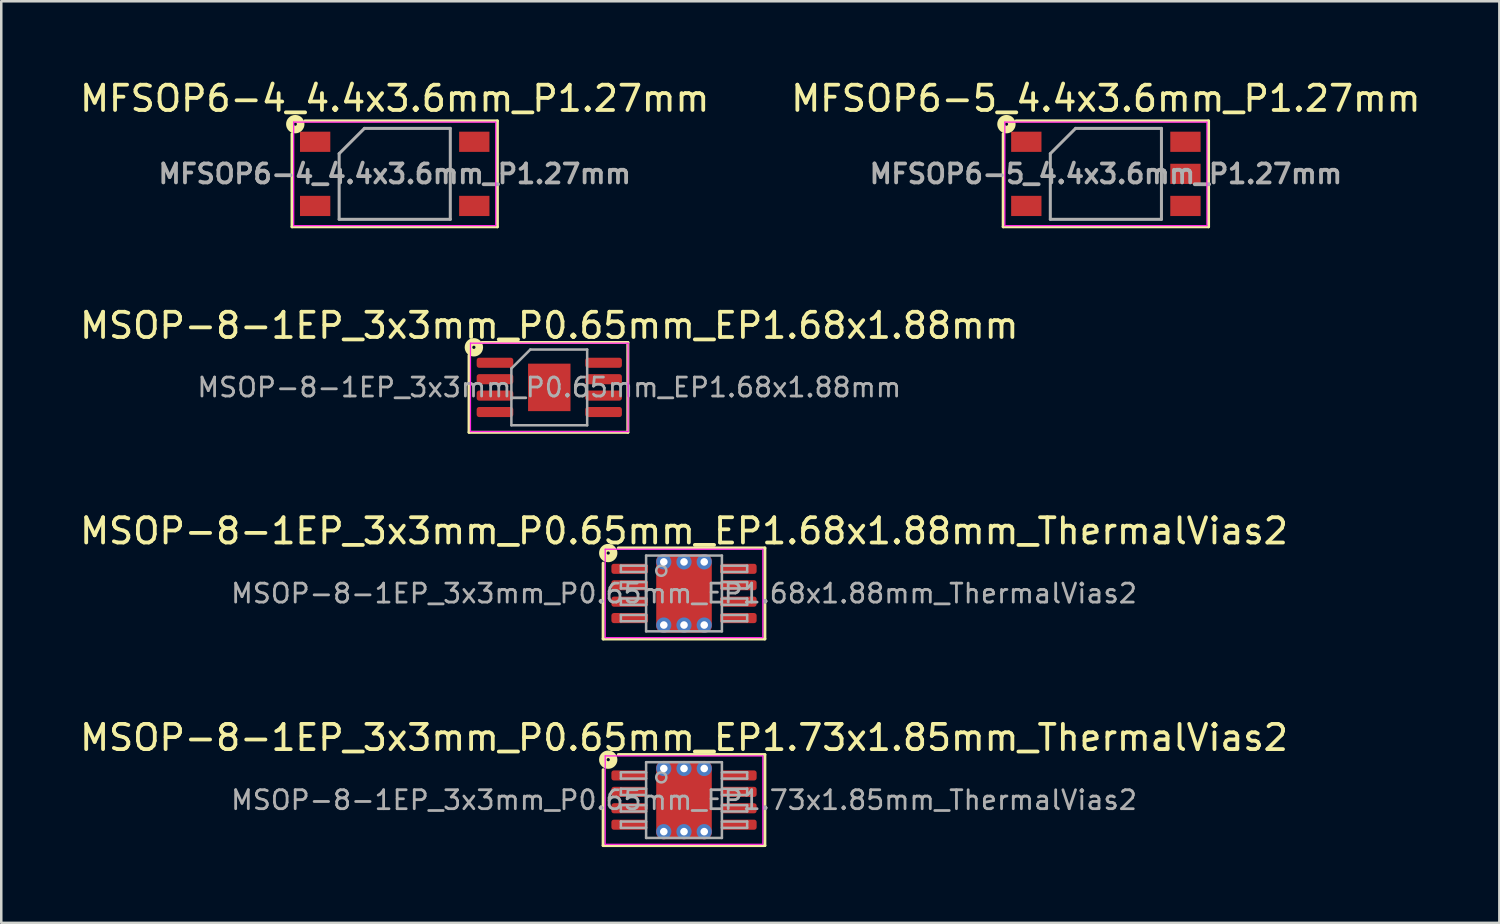
<source format=kicad_pcb>
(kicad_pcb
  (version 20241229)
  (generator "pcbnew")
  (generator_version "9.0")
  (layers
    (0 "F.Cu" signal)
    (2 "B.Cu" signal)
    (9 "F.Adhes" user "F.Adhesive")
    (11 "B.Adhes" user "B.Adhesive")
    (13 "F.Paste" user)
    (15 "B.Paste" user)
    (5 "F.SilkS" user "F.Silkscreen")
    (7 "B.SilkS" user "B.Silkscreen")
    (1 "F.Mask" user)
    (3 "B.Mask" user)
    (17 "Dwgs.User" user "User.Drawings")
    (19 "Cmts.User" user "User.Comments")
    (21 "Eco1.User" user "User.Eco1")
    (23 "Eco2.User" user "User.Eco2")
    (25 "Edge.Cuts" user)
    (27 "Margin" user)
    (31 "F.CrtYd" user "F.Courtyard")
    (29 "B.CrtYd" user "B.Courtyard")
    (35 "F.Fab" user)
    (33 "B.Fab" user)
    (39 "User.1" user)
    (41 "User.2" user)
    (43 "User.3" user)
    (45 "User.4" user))
  (footprint "MSOP-8-1EP_3x3mm_P0.65mm_EP1.68x1.88mm_ThermalVias2"
    (layer "F.Cu")
    (at 24.03 20.445)
    (property "Reference" "MSOP-8-1EP_3x3mm_P0.65mm_EP1.68x1.88mm_ThermalVias2" (at 0 -2.472 0) (layer "F.SilkS") (effects (font (size 1 1) (thickness 0.15))))
    (attr smd)
    (fp_line (start -3.2 1.8) (end -3.2 -1.2) (stroke (width 0.12) (type solid)) (layer "F.SilkS"))
    (fp_line (start -2.6 -1.8) (end 3.2 -1.8) (stroke (width 0.12) (type solid)) (layer "F.SilkS"))
    (fp_line (start 3.2 -1.8) (end 3.2 1.8) (stroke (width 0.12) (type solid)) (layer "F.SilkS"))
    (fp_line (start 3.2 1.8) (end -3.2 1.8) (stroke (width 0.12) (type solid)) (layer "F.SilkS"))
    (fp_circle (center -3 -1.6) (end -2.937 -1.6) (stroke (width 0.3) (type solid)) (fill no) (layer "F.SilkS"))
    (fp_line (start -3.12 -1.75) (end -3.12 1.75) (stroke (width 0.05) (type solid)) (layer "F.CrtYd"))
    (fp_line (start -3.12 1.75) (end 3.12 1.75) (stroke (width 0.05) (type solid)) (layer "F.CrtYd"))
    (fp_line (start 3.12 -1.75) (end -3.12 -1.75) (stroke (width 0.05) (type solid)) (layer "F.CrtYd"))
    (fp_line (start 3.12 1.75) (end 3.12 -1.75) (stroke (width 0.05) (type solid)) (layer "F.CrtYd"))
    (fp_line (start -2.5 -1.1) (end -2.5 -0.85) (stroke (width 0.1) (type solid)) (layer "F.Fab"))
    (fp_line (start -2.5 -1.1) (end -1.5 -1.1) (stroke (width 0.1) (type solid)) (layer "F.Fab"))
    (fp_line (start -2.5 -0.85) (end -1.5 -0.85) (stroke (width 0.1) (type solid)) (layer "F.Fab"))
    (fp_line (start -2.5 -0.45) (end -2.5 -0.2) (stroke (width 0.1) (type solid)) (layer "F.Fab"))
    (fp_line (start -2.5 -0.45) (end -1.5 -0.45) (stroke (width 0.1) (type solid)) (layer "F.Fab"))
    (fp_line (start -2.5 -0.2) (end -1.5 -0.2) (stroke (width 0.1) (type solid)) (layer "F.Fab"))
    (fp_line (start -2.5 0.2) (end -2.5 0.45) (stroke (width 0.1) (type solid)) (layer "F.Fab"))
    (fp_line (start -2.5 0.2) (end -1.5 0.2) (stroke (width 0.1) (type solid)) (layer "F.Fab"))
    (fp_line (start -2.5 0.45) (end -1.5 0.45) (stroke (width 0.1) (type solid)) (layer "F.Fab"))
    (fp_line (start -2.5 0.85) (end -2.5 1.1) (stroke (width 0.1) (type solid)) (layer "F.Fab"))
    (fp_line (start -2.5 0.85) (end -1.5 0.85) (stroke (width 0.1) (type solid)) (layer "F.Fab"))
    (fp_line (start -2.5 1.1) (end -1.5 1.1) (stroke (width 0.1) (type solid)) (layer "F.Fab"))
    (fp_line (start -1.5 -1.5) (end 1.5 -1.5) (stroke (width 0.1) (type solid)) (layer "F.Fab"))
    (fp_line (start -1.5 1.5) (end -1.5 -1.5) (stroke (width 0.1) (type solid)) (layer "F.Fab"))
    (fp_line (start 1.5 -1.5) (end 1.5 1.5) (stroke (width 0.1) (type solid)) (layer "F.Fab"))
    (fp_line (start 1.5 1.5) (end -1.5 1.5) (stroke (width 0.1) (type solid)) (layer "F.Fab"))
    (fp_line (start 2.5 -1.1) (end 1.5 -1.1) (stroke (width 0.1) (type solid)) (layer "F.Fab"))
    (fp_line (start 2.5 -0.85) (end 1.5 -0.85) (stroke (width 0.1) (type solid)) (layer "F.Fab"))
    (fp_line (start 2.5 -0.85) (end 2.5 -1.1) (stroke (width 0.1) (type solid)) (layer "F.Fab"))
    (fp_line (start 2.5 -0.45) (end 1.5 -0.45) (stroke (width 0.1) (type solid)) (layer "F.Fab"))
    (fp_line (start 2.5 -0.2) (end 1.5 -0.2) (stroke (width 0.1) (type solid)) (layer "F.Fab"))
    (fp_line (start 2.5 -0.2) (end 2.5 -0.45) (stroke (width 0.1) (type solid)) (layer "F.Fab"))
    (fp_line (start 2.5 0.2) (end 1.5 0.2) (stroke (width 0.1) (type solid)) (layer "F.Fab"))
    (fp_line (start 2.5 0.45) (end 1.5 0.45) (stroke (width 0.1) (type solid)) (layer "F.Fab"))
    (fp_line (start 2.5 0.45) (end 2.5 0.2) (stroke (width 0.1) (type solid)) (layer "F.Fab"))
    (fp_line (start 2.5 0.85) (end 1.5 0.85) (stroke (width 0.1) (type solid)) (layer "F.Fab"))
    (fp_line (start 2.5 1.1) (end 1.5 1.1) (stroke (width 0.1) (type solid)) (layer "F.Fab"))
    (fp_line (start 2.5 1.1) (end 2.5 0.85) (stroke (width 0.1) (type solid)) (layer "F.Fab"))
    (fp_circle (center -0.9 -0.9) (end -0.7 -0.9) (stroke (width 0.1) (type solid)) (fill no) (layer "F.Fab"))
    (fp_text user "${REFERENCE}" (at 0 0 0) (layer "F.Fab") (effects (font (size 0.75 0.75) (thickness 0.11))))
    (pad "" smd roundrect (at -0.42 -0.47) (size 0.68 0.76) (layers "F.Paste") (roundrect_rratio 0.25))
    (pad "" smd roundrect (at -0.42 0.47) (size 0.68 0.76) (layers "F.Paste") (roundrect_rratio 0.25))
    (pad "" smd roundrect (at 0 0) (size 1.68 1.88) (layers "F.Mask") (roundrect_rratio 0.149))
    (pad "" smd roundrect (at 0.42 -0.47) (size 0.68 0.76) (layers "F.Paste") (roundrect_rratio 0.25))
    (pad "" smd roundrect (at 0.42 0.47) (size 0.68 0.76) (layers "F.Paste") (roundrect_rratio 0.25))
    (pad "1" smd roundrect (at -2.15 -0.975) (size 1.45 0.4) (layers "F.Cu" "F.Mask" "F.Paste") (roundrect_rratio 0.25))
    (pad "2" smd roundrect (at -2.15 -0.325) (size 1.45 0.4) (layers "F.Cu" "F.Mask" "F.Paste") (roundrect_rratio 0.25))
    (pad "3" smd roundrect (at -2.15 0.325) (size 1.45 0.4) (layers "F.Cu" "F.Mask" "F.Paste") (roundrect_rratio 0.25))
    (pad "4" smd roundrect (at -2.15 0.975) (size 1.45 0.4) (layers "F.Cu" "F.Mask" "F.Paste") (roundrect_rratio 0.25))
    (pad "5" smd roundrect (at 2.15 0.975) (size 1.45 0.4) (layers "F.Cu" "F.Mask" "F.Paste") (roundrect_rratio 0.25))
    (pad "6" smd roundrect (at 2.15 0.325) (size 1.45 0.4) (layers "F.Cu" "F.Mask" "F.Paste") (roundrect_rratio 0.25))
    (pad "7" smd roundrect (at 2.15 -0.325) (size 1.45 0.4) (layers "F.Cu" "F.Mask" "F.Paste") (roundrect_rratio 0.25))
    (pad "8" smd roundrect (at 2.15 -0.975) (size 1.45 0.4) (layers "F.Cu" "F.Mask" "F.Paste") (roundrect_rratio 0.25))
    (pad "9" thru_hole circle (at -0.8 -1.25) (size 0.6 0.6) (drill 0.3) (property pad_prop_heatsink) (layers "*.Cu" "*.Mask"))
    (pad "9" thru_hole circle (at -0.8 1.25) (size 0.6 0.6) (drill 0.3) (property pad_prop_heatsink) (layers "*.Cu" "*.Mask"))
    (pad "9" thru_hole circle (at 0 -1.25) (size 0.6 0.6) (drill 0.3) (property pad_prop_heatsink) (layers "*.Cu" "*.Mask"))
    (pad "9" smd roundrect (at 0 0) (size 2.2 3.1) (layers "F.Cu") (roundrect_rratio 0.114))
    (pad "9" thru_hole circle (at 0 1.25) (size 0.6 0.6) (drill 0.3) (property pad_prop_heatsink) (layers "*.Cu" "*.Mask"))
    (pad "9" thru_hole circle (at 0.8 -1.25) (size 0.6 0.6) (drill 0.3) (property pad_prop_heatsink) (layers "*.Cu" "*.Mask"))
    (pad "9" thru_hole circle (at 0.8 1.25) (size 0.6 0.6) (drill 0.3) (property pad_prop_heatsink) (layers "*.Cu" "*.Mask")))
  (footprint "MSOP-8-1EP_3x3mm_P0.65mm_EP1.68x1.88mm"
    (layer "F.Cu")
    (at 18.696 12.287)
    (property "Reference" "MSOP-8-1EP_3x3mm_P0.65mm_EP1.68x1.88mm" (at 0 -2.45 0) (layer "F.SilkS") (effects (font (size 1 1) (thickness 0.15))))
    (attr smd)
    (fp_line (start -3.175 1.778) (end -3.175 -1.27) (stroke (width 0.12) (type solid)) (layer "F.SilkS"))
    (fp_line (start -2.667 -1.778) (end 3.111 -1.778) (stroke (width 0.12) (type solid)) (layer "F.SilkS"))
    (fp_line (start 3.111 -1.778) (end 3.111 1.778) (stroke (width 0.12) (type solid)) (layer "F.SilkS"))
    (fp_line (start 3.111 1.778) (end -3.175 1.778) (stroke (width 0.12) (type solid)) (layer "F.SilkS"))
    (fp_circle (center -2.985 -1.587) (end -2.921 -1.587) (stroke (width 0.3) (type solid)) (fill no) (layer "F.SilkS"))
    (fp_line (start -3.12 -1.75) (end -3.12 1.75) (stroke (width 0.05) (type solid)) (layer "F.CrtYd"))
    (fp_line (start -3.12 1.75) (end 3.12 1.75) (stroke (width 0.05) (type solid)) (layer "F.CrtYd"))
    (fp_line (start 3.12 -1.75) (end -3.12 -1.75) (stroke (width 0.05) (type solid)) (layer "F.CrtYd"))
    (fp_line (start 3.12 1.75) (end 3.12 -1.75) (stroke (width 0.05) (type solid)) (layer "F.CrtYd"))
    (fp_line (start -1.5 -0.75) (end -0.75 -1.5) (stroke (width 0.1) (type solid)) (layer "F.Fab"))
    (fp_line (start -1.5 1.5) (end -1.5 -0.75) (stroke (width 0.1) (type solid)) (layer "F.Fab"))
    (fp_line (start -0.75 -1.5) (end 1.5 -1.5) (stroke (width 0.1) (type solid)) (layer "F.Fab"))
    (fp_line (start 1.5 -1.5) (end 1.5 1.5) (stroke (width 0.1) (type solid)) (layer "F.Fab"))
    (fp_line (start 1.5 1.5) (end -1.5 1.5) (stroke (width 0.1) (type solid)) (layer "F.Fab"))
    (fp_text user "${REFERENCE}" (at 0 0 0) (layer "F.Fab") (effects (font (size 0.75 0.75) (thickness 0.11))))
    (pad "" smd roundrect (at -0.42 -0.47) (size 0.68 0.76) (layers "F.Paste") (roundrect_rratio 0.25))
    (pad "" smd roundrect (at -0.42 0.47) (size 0.68 0.76) (layers "F.Paste") (roundrect_rratio 0.25))
    (pad "" smd roundrect (at 0.42 -0.47) (size 0.68 0.76) (layers "F.Paste") (roundrect_rratio 0.25))
    (pad "" smd roundrect (at 0.42 0.47) (size 0.68 0.76) (layers "F.Paste") (roundrect_rratio 0.25))
    (pad "1" smd roundrect (at -2.15 -0.975) (size 1.45 0.4) (layers "F.Cu" "F.Mask" "F.Paste") (roundrect_rratio 0.25))
    (pad "2" smd roundrect (at -2.15 -0.325) (size 1.45 0.4) (layers "F.Cu" "F.Mask" "F.Paste") (roundrect_rratio 0.25))
    (pad "3" smd roundrect (at -2.15 0.325) (size 1.45 0.4) (layers "F.Cu" "F.Mask" "F.Paste") (roundrect_rratio 0.25))
    (pad "4" smd roundrect (at -2.15 0.975) (size 1.45 0.4) (layers "F.Cu" "F.Mask" "F.Paste") (roundrect_rratio 0.25))
    (pad "5" smd roundrect (at 2.15 0.975) (size 1.45 0.4) (layers "F.Cu" "F.Mask" "F.Paste") (roundrect_rratio 0.25))
    (pad "6" smd roundrect (at 2.15 0.325) (size 1.45 0.4) (layers "F.Cu" "F.Mask" "F.Paste") (roundrect_rratio 0.25))
    (pad "7" smd roundrect (at 2.15 -0.325) (size 1.45 0.4) (layers "F.Cu" "F.Mask" "F.Paste") (roundrect_rratio 0.25))
    (pad "8" smd roundrect (at 2.15 -0.975) (size 1.45 0.4) (layers "F.Cu" "F.Mask" "F.Paste") (roundrect_rratio 0.25))
    (pad "9" smd rect (at 0 0) (size 1.68 1.88) (layers "F.Cu" "F.Mask")))
  (footprint "MFSOP6-4_4.4x3.6mm_P1.27mm"
    (layer "F.Cu")
    (at 12.577 3.833)
    (property "Reference" "MFSOP6-4_4.4x3.6mm_P1.27mm" (at 0 -2.985 0) (layer "F.SilkS") (effects (font (size 1 1) (thickness 0.15))))
    (attr smd)
    (fp_line (start -4.064 2.095) (end -4.064 -1.587) (stroke (width 0.12) (type solid)) (layer "F.SilkS"))
    (fp_line (start -3.556 -2.095) (end 4.064 -2.095) (stroke (width 0.12) (type solid)) (layer "F.SilkS"))
    (fp_line (start 4.064 -2.095) (end 4.064 2.095) (stroke (width 0.12) (type solid)) (layer "F.SilkS"))
    (fp_line (start 4.064 2.095) (end -4.064 2.095) (stroke (width 0.12) (type solid)) (layer "F.SilkS"))
    (fp_circle (center -3.937 -1.968) (end -3.873 -1.968) (stroke (width 0.3) (type solid)) (fill no) (layer "F.SilkS"))
    (fp_line (start -4 -2.05) (end -4 2.05) (stroke (width 0.05) (type solid)) (layer "F.CrtYd"))
    (fp_line (start -4 -2.05) (end 4 -2.05) (stroke (width 0.05) (type solid)) (layer "F.CrtYd"))
    (fp_line (start 4 2.05) (end -4 2.05) (stroke (width 0.05) (type solid)) (layer "F.CrtYd"))
    (fp_line (start 4 2.05) (end 4 -2.05) (stroke (width 0.05) (type solid)) (layer "F.CrtYd"))
    (fp_line (start -2.2 -0.8) (end -2.2 1.8) (stroke (width 0.12) (type solid)) (layer "F.Fab"))
    (fp_line (start -2.2 1.8) (end 2.2 1.8) (stroke (width 0.12) (type solid)) (layer "F.Fab"))
    (fp_line (start -1.2 -1.8) (end -2.2 -0.8) (stroke (width 0.12) (type solid)) (layer "F.Fab"))
    (fp_line (start 2.2 -1.8) (end -1.2 -1.8) (stroke (width 0.12) (type solid)) (layer "F.Fab"))
    (fp_line (start 2.2 1.8) (end 2.2 -1.8) (stroke (width 0.12) (type solid)) (layer "F.Fab"))
    (fp_text user "${REFERENCE}" (at 0 0 0) (layer "F.Fab") (effects (font (size 0.75 0.75) (thickness 0.15))))
    (pad "1" smd rect (at -3.15 -1.27) (size 1.2 0.8) (layers "F.Cu" "F.Mask" "F.Paste"))
    (pad "3" smd rect (at -3.15 1.27) (size 1.2 0.8) (layers "F.Cu" "F.Mask" "F.Paste"))
    (pad "4" smd rect (at 3.15 1.27) (size 1.2 0.8) (layers "F.Cu" "F.Mask" "F.Paste"))
    (pad "6" smd rect (at 3.15 -1.27) (size 1.2 0.8) (layers "F.Cu" "F.Mask" "F.Paste")))
  (footprint "MFSOP6-5_4.4x3.6mm_P1.27mm"
    (layer "F.Cu")
    (at 40.732 3.833)
    (property "Reference" "MFSOP6-5_4.4x3.6mm_P1.27mm" (at 0 -2.985 0) (layer "F.SilkS") (effects (font (size 1 1) (thickness 0.15))))
    (attr smd)
    (fp_line (start -4.064 2.095) (end -4.064 -1.587) (stroke (width 0.12) (type solid)) (layer "F.SilkS"))
    (fp_line (start -3.556 -2.095) (end 4.064 -2.095) (stroke (width 0.12) (type solid)) (layer "F.SilkS"))
    (fp_line (start 4.064 -2.095) (end 4.064 2.095) (stroke (width 0.12) (type solid)) (layer "F.SilkS"))
    (fp_line (start 4.064 2.095) (end -4.064 2.095) (stroke (width 0.12) (type solid)) (layer "F.SilkS"))
    (fp_circle (center -3.937 -1.968) (end -3.873 -1.968) (stroke (width 0.3) (type solid)) (fill no) (layer "F.SilkS"))
    (fp_line (start -4 -2.05) (end -4 2.05) (stroke (width 0.05) (type solid)) (layer "F.CrtYd"))
    (fp_line (start -4 -2.05) (end 4 -2.05) (stroke (width 0.05) (type solid)) (layer "F.CrtYd"))
    (fp_line (start 4 2.05) (end -4 2.05) (stroke (width 0.05) (type solid)) (layer "F.CrtYd"))
    (fp_line (start 4 2.05) (end 4 -2.05) (stroke (width 0.05) (type solid)) (layer "F.CrtYd"))
    (fp_line (start -2.2 -0.8) (end -2.2 1.8) (stroke (width 0.12) (type solid)) (layer "F.Fab"))
    (fp_line (start -2.2 1.8) (end 2.2 1.8) (stroke (width 0.12) (type solid)) (layer "F.Fab"))
    (fp_line (start -1.2 -1.8) (end -2.2 -0.8) (stroke (width 0.12) (type solid)) (layer "F.Fab"))
    (fp_line (start 2.2 -1.8) (end -1.2 -1.8) (stroke (width 0.12) (type solid)) (layer "F.Fab"))
    (fp_line (start 2.2 1.8) (end 2.2 -1.8) (stroke (width 0.12) (type solid)) (layer "F.Fab"))
    (fp_text user "${REFERENCE}" (at 0 0 0) (layer "F.Fab") (effects (font (size 0.75 0.75) (thickness 0.15))))
    (pad "1" smd rect (at -3.15 -1.27) (size 1.2 0.8) (layers "F.Cu" "F.Mask" "F.Paste"))
    (pad "3" smd rect (at -3.15 1.27) (size 1.2 0.8) (layers "F.Cu" "F.Mask" "F.Paste"))
    (pad "4" smd rect (at 3.15 1.27) (size 1.2 0.8) (layers "F.Cu" "F.Mask" "F.Paste"))
    (pad "5" smd rect (at 3.15 0) (size 1.2 0.8) (layers "F.Cu" "F.Mask" "F.Paste"))
    (pad "6" smd rect (at 3.15 -1.27) (size 1.2 0.8) (layers "F.Cu" "F.Mask" "F.Paste")))
  (footprint "MSOP-8-1EP_3x3mm_P0.65mm_EP1.73x1.85mm_ThermalVias2"
    (layer "F.Cu")
    (at 24.03 28.625)
    (property "Reference" "MSOP-8-1EP_3x3mm_P0.65mm_EP1.73x1.85mm_ThermalVias2" (at 0 -2.472 0) (layer "F.SilkS") (effects (font (size 1 1) (thickness 0.15))))
    (attr smd)
    (fp_line (start -3.2 1.8) (end -3.2 -1.2) (stroke (width 0.12) (type solid)) (layer "F.SilkS"))
    (fp_line (start -2.6 -1.8) (end 3.2 -1.8) (stroke (width 0.12) (type solid)) (layer "F.SilkS"))
    (fp_line (start 3.2 -1.8) (end 3.2 1.8) (stroke (width 0.12) (type solid)) (layer "F.SilkS"))
    (fp_line (start 3.2 1.8) (end -3.2 1.8) (stroke (width 0.12) (type solid)) (layer "F.SilkS"))
    (fp_circle (center -3 -1.6) (end -2.937 -1.6) (stroke (width 0.3) (type solid)) (fill no) (layer "F.SilkS"))
    (fp_line (start -3.12 -1.75) (end -3.12 1.75) (stroke (width 0.05) (type solid)) (layer "F.CrtYd"))
    (fp_line (start -3.12 1.75) (end 3.12 1.75) (stroke (width 0.05) (type solid)) (layer "F.CrtYd"))
    (fp_line (start 3.12 -1.75) (end -3.12 -1.75) (stroke (width 0.05) (type solid)) (layer "F.CrtYd"))
    (fp_line (start 3.12 1.75) (end 3.12 -1.75) (stroke (width 0.05) (type solid)) (layer "F.CrtYd"))
    (fp_line (start -2.5 -1.1) (end -2.5 -0.85) (stroke (width 0.1) (type solid)) (layer "F.Fab"))
    (fp_line (start -2.5 -1.1) (end -1.5 -1.1) (stroke (width 0.1) (type solid)) (layer "F.Fab"))
    (fp_line (start -2.5 -0.85) (end -1.5 -0.85) (stroke (width 0.1) (type solid)) (layer "F.Fab"))
    (fp_line (start -2.5 -0.45) (end -2.5 -0.2) (stroke (width 0.1) (type solid)) (layer "F.Fab"))
    (fp_line (start -2.5 -0.45) (end -1.5 -0.45) (stroke (width 0.1) (type solid)) (layer "F.Fab"))
    (fp_line (start -2.5 -0.2) (end -1.5 -0.2) (stroke (width 0.1) (type solid)) (layer "F.Fab"))
    (fp_line (start -2.5 0.2) (end -2.5 0.45) (stroke (width 0.1) (type solid)) (layer "F.Fab"))
    (fp_line (start -2.5 0.2) (end -1.5 0.2) (stroke (width 0.1) (type solid)) (layer "F.Fab"))
    (fp_line (start -2.5 0.45) (end -1.5 0.45) (stroke (width 0.1) (type solid)) (layer "F.Fab"))
    (fp_line (start -2.5 0.85) (end -2.5 1.1) (stroke (width 0.1) (type solid)) (layer "F.Fab"))
    (fp_line (start -2.5 0.85) (end -1.5 0.85) (stroke (width 0.1) (type solid)) (layer "F.Fab"))
    (fp_line (start -2.5 1.1) (end -1.5 1.1) (stroke (width 0.1) (type solid)) (layer "F.Fab"))
    (fp_line (start -1.5 -1.5) (end 1.5 -1.5) (stroke (width 0.1) (type solid)) (layer "F.Fab"))
    (fp_line (start -1.5 1.5) (end -1.5 -1.5) (stroke (width 0.1) (type solid)) (layer "F.Fab"))
    (fp_line (start 1.5 -1.5) (end 1.5 1.5) (stroke (width 0.1) (type solid)) (layer "F.Fab"))
    (fp_line (start 1.5 1.5) (end -1.5 1.5) (stroke (width 0.1) (type solid)) (layer "F.Fab"))
    (fp_line (start 2.5 -1.1) (end 1.5 -1.1) (stroke (width 0.1) (type solid)) (layer "F.Fab"))
    (fp_line (start 2.5 -0.85) (end 1.5 -0.85) (stroke (width 0.1) (type solid)) (layer "F.Fab"))
    (fp_line (start 2.5 -0.85) (end 2.5 -1.1) (stroke (width 0.1) (type solid)) (layer "F.Fab"))
    (fp_line (start 2.5 -0.45) (end 1.5 -0.45) (stroke (width 0.1) (type solid)) (layer "F.Fab"))
    (fp_line (start 2.5 -0.2) (end 1.5 -0.2) (stroke (width 0.1) (type solid)) (layer "F.Fab"))
    (fp_line (start 2.5 -0.2) (end 2.5 -0.45) (stroke (width 0.1) (type solid)) (layer "F.Fab"))
    (fp_line (start 2.5 0.2) (end 1.5 0.2) (stroke (width 0.1) (type solid)) (layer "F.Fab"))
    (fp_line (start 2.5 0.45) (end 1.5 0.45) (stroke (width 0.1) (type solid)) (layer "F.Fab"))
    (fp_line (start 2.5 0.45) (end 2.5 0.2) (stroke (width 0.1) (type solid)) (layer "F.Fab"))
    (fp_line (start 2.5 0.85) (end 1.5 0.85) (stroke (width 0.1) (type solid)) (layer "F.Fab"))
    (fp_line (start 2.5 1.1) (end 1.5 1.1) (stroke (width 0.1) (type solid)) (layer "F.Fab"))
    (fp_line (start 2.5 1.1) (end 2.5 0.85) (stroke (width 0.1) (type solid)) (layer "F.Fab"))
    (fp_circle (center -0.9 -0.9) (end -0.7 -0.9) (stroke (width 0.1) (type solid)) (fill no) (layer "F.Fab"))
    (fp_text user "${REFERENCE}" (at 0 0 0) (layer "F.Fab") (effects (font (size 0.75 0.75) (thickness 0.11))))
    (pad "" smd roundrect (at -0.43 -0.46) (size 0.7 0.75) (layers "F.Paste") (roundrect_rratio 0.25))
    (pad "" smd roundrect (at -0.43 0.46) (size 0.7 0.75) (layers "F.Paste") (roundrect_rratio 0.25))
    (pad "" smd roundrect (at 0 0) (size 1.73 1.85) (layers "F.Mask") (roundrect_rratio 0.145))
    (pad "" smd roundrect (at 0.43 -0.46) (size 0.7 0.75) (layers "F.Paste") (roundrect_rratio 0.25))
    (pad "" smd roundrect (at 0.43 0.46) (size 0.7 0.75) (layers "F.Paste") (roundrect_rratio 0.25))
    (pad "1" smd roundrect (at -2.163 -0.975) (size 1.425 0.4) (layers "F.Cu" "F.Mask" "F.Paste") (roundrect_rratio 0.25))
    (pad "2" smd roundrect (at -2.163 -0.325) (size 1.425 0.4) (layers "F.Cu" "F.Mask" "F.Paste") (roundrect_rratio 0.25))
    (pad "3" smd roundrect (at -2.163 0.325) (size 1.425 0.4) (layers "F.Cu" "F.Mask" "F.Paste") (roundrect_rratio 0.25))
    (pad "4" smd roundrect (at -2.163 0.975) (size 1.425 0.4) (layers "F.Cu" "F.Mask" "F.Paste") (roundrect_rratio 0.25))
    (pad "5" smd roundrect (at 2.163 0.975) (size 1.425 0.4) (layers "F.Cu" "F.Mask" "F.Paste") (roundrect_rratio 0.25))
    (pad "6" smd roundrect (at 2.163 0.325) (size 1.425 0.4) (layers "F.Cu" "F.Mask" "F.Paste") (roundrect_rratio 0.25))
    (pad "7" smd roundrect (at 2.163 -0.325) (size 1.425 0.4) (layers "F.Cu" "F.Mask" "F.Paste") (roundrect_rratio 0.25))
    (pad "8" smd roundrect (at 2.163 -0.975) (size 1.425 0.4) (layers "F.Cu" "F.Mask" "F.Paste") (roundrect_rratio 0.25))
    (pad "9" thru_hole circle (at -0.8 -1.25) (size 0.6 0.6) (drill 0.3) (property pad_prop_heatsink) (layers "*.Cu" "*.Mask"))
    (pad "9" thru_hole circle (at -0.8 1.25) (size 0.6 0.6) (drill 0.3) (property pad_prop_heatsink) (layers "*.Cu" "*.Mask"))
    (pad "9" thru_hole circle (at 0 -1.25) (size 0.6 0.6) (drill 0.3) (property pad_prop_heatsink) (layers "*.Cu" "*.Mask"))
    (pad "9" smd roundrect (at 0 0) (size 2.2 3.1) (layers "F.Cu") (roundrect_rratio 0.114))
    (pad "9" thru_hole circle (at 0 1.25) (size 0.6 0.6) (drill 0.3) (property pad_prop_heatsink) (layers "*.Cu" "*.Mask"))
    (pad "9" thru_hole circle (at 0.8 -1.25) (size 0.6 0.6) (drill 0.3) (property pad_prop_heatsink) (layers "*.Cu" "*.Mask"))
    (pad "9" thru_hole circle (at 0.8 1.25) (size 0.6 0.6) (drill 0.3) (property pad_prop_heatsink) (layers "*.Cu" "*.Mask")))
  (gr_rect
    (start -3 -3)
    (end 56.31 33.485)
    (stroke (width 0.1) (type default))
    (fill no)
    (layer "Edge.Cuts")))
</source>
